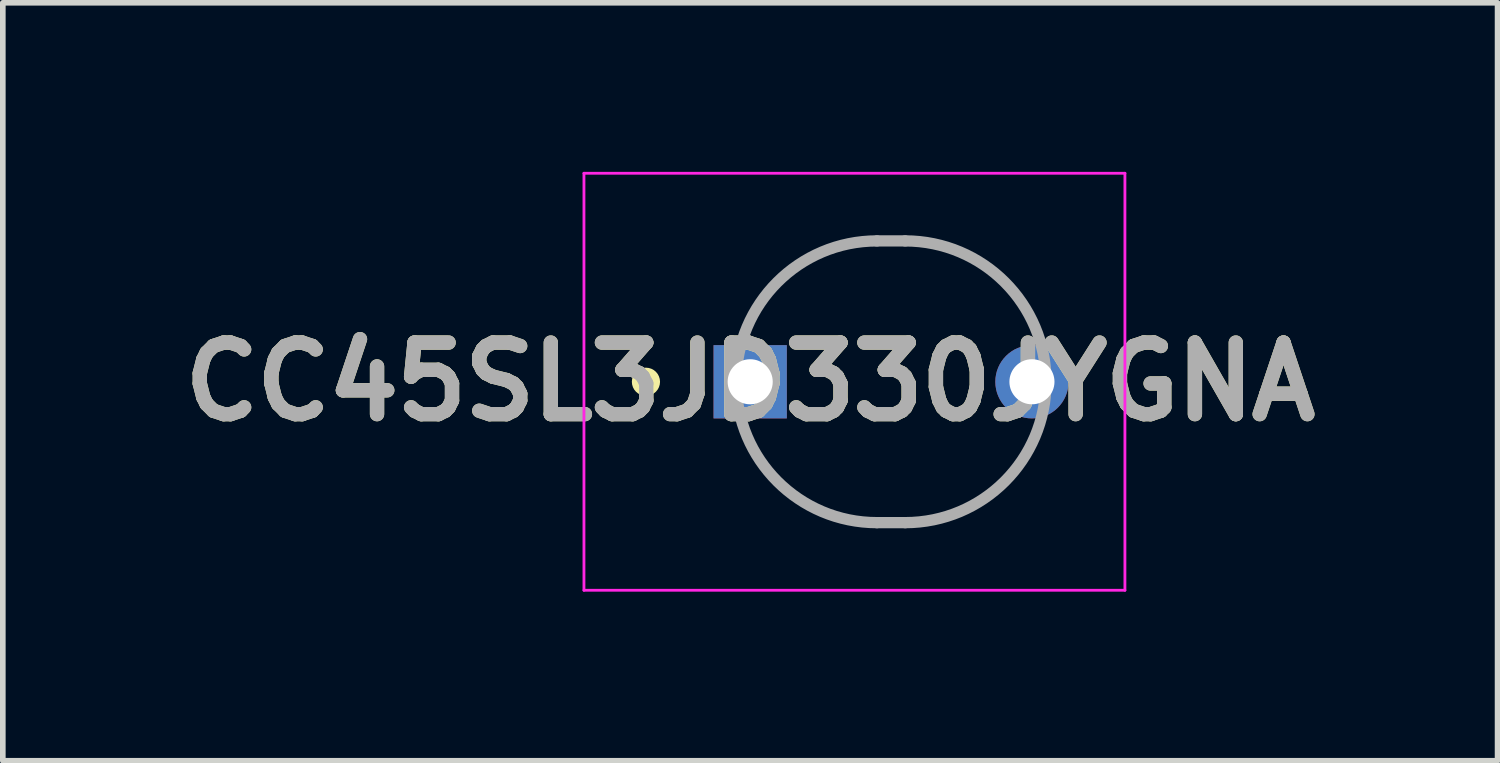
<source format=kicad_pcb>
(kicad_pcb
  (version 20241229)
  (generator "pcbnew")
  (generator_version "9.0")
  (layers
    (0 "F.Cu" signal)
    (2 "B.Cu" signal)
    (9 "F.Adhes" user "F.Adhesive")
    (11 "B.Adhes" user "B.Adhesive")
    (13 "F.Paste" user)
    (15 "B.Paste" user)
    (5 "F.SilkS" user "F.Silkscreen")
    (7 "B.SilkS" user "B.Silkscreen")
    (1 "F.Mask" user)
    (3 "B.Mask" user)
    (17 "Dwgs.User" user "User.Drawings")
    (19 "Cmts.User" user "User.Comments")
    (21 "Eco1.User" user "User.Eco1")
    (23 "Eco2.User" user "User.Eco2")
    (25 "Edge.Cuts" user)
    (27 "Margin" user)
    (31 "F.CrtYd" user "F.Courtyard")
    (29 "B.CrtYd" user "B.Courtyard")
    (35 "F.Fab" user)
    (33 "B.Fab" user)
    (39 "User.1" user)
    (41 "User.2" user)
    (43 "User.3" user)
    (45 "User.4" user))
  (footprint "CC45SL3JD330JYGNA"
    (layer "F.Cu")
    (at 10.263 3.725)
    (property "Reference" "CC45SL3JD330JYGNA" (at 0 0 0) (layer "F.SilkS") (effects (font (size 1.27 1.27) (thickness 0.254))))
    (attr through_hole)
    (fp_circle (center -1.85 0) (end -1.85 0.05) (stroke (width 0.2) (type solid)) (fill no) (layer "F.SilkS"))
    (fp_line (start -2.95 -3.7) (end 6.65 -3.7) (stroke (width 0.05) (type solid)) (layer "F.CrtYd"))
    (fp_line (start -2.95 3.7) (end -2.95 -3.7) (stroke (width 0.05) (type solid)) (layer "F.CrtYd"))
    (fp_line (start 6.65 -3.7) (end 6.65 3.7) (stroke (width 0.05) (type solid)) (layer "F.CrtYd"))
    (fp_line (start 6.65 3.7) (end -2.95 3.7) (stroke (width 0.05) (type solid)) (layer "F.CrtYd"))
    (fp_line (start 2.25 -2.5) (end 2.75 -2.5) (stroke (width 0.2) (type solid)) (layer "F.Fab"))
    (fp_line (start 2.75 2.5) (end 2.25 2.5) (stroke (width 0.2) (type solid)) (layer "F.Fab"))
    (fp_arc (start 2.25 2.5) (mid -0.25 0) (end 2.25 -2.5) (stroke (width 0.2) (type solid)) (layer "F.Fab"))
    (fp_arc (start 2.75 -2.5) (mid 5.25 0) (end 2.75 2.5) (stroke (width 0.2) (type solid)) (layer "F.Fab"))
    (fp_text user "${REFERENCE}" (at 0 0 0) (layer "F.Fab") (effects (font (size 1.27 1.27) (thickness 0.254))))
    (pad "1" thru_hole rect (at 0 0) (size 1.3 1.3) (drill 0.8) (layers "*.Cu" "*.Mask"))
    (pad "2" thru_hole circle (at 5 0) (size 1.3 1.3) (drill 0.8) (layers "*.Cu" "*.Mask")))
  (gr_rect
    (start -3 -3)
    (end 23.526 10.45)
    (stroke (width 0.1) (type default))
    (fill no)
    (layer "Edge.Cuts")))
</source>
